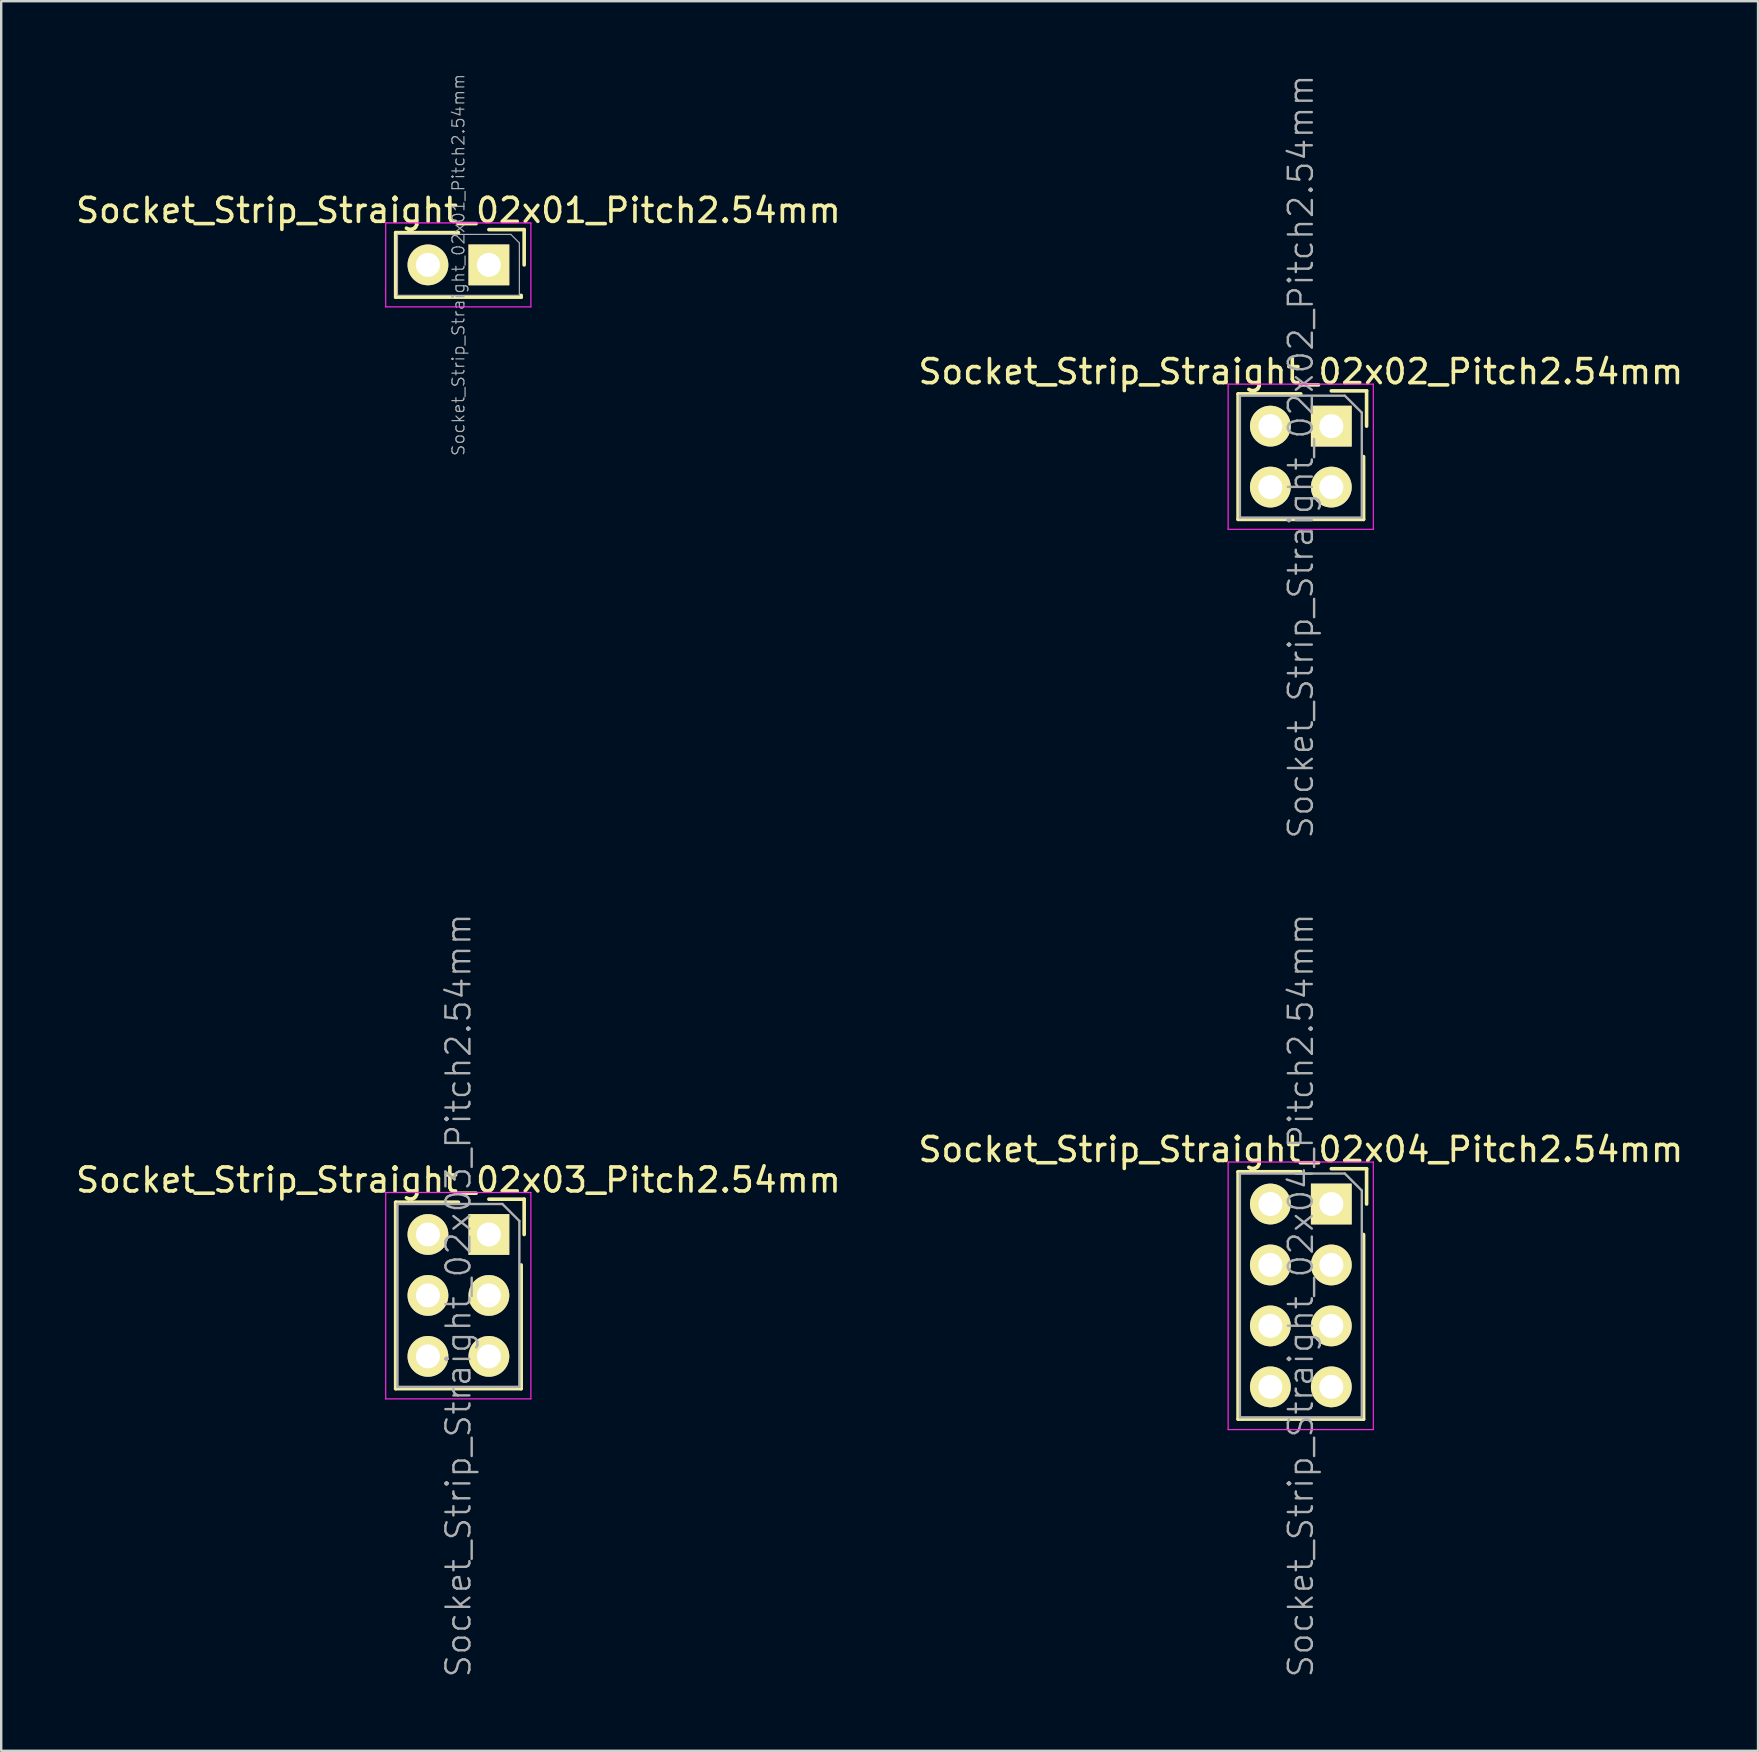
<source format=kicad_pcb>
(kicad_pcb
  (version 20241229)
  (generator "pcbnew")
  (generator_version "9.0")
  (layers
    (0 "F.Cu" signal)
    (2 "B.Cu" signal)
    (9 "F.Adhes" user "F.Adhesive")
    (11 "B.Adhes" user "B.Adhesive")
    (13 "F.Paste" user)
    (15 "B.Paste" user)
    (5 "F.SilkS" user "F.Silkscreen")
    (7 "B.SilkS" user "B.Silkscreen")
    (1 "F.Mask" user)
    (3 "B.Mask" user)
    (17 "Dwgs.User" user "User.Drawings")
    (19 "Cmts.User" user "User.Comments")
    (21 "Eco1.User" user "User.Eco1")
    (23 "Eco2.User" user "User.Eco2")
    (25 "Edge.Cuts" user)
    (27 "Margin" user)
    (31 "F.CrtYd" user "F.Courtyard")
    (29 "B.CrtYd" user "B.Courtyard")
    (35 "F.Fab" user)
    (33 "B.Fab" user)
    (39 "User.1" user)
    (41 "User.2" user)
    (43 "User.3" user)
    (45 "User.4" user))
  (footprint "Socket_Strip_Straight_02x03_Pitch2.54mm"
    (layer "F.Cu")
    (at 17.324 48.396)
    (property "Reference" "Socket_Strip_Straight_02x03_Pitch2.54mm" (at -1.27 -2.27 0) (layer "F.SilkS") (effects (font (size 1 1) (thickness 0.15))))
    (attr smd)
    (fp_line (start -3.885 -1.345) (end -3.885 6.425) (stroke (width 0.15) (type solid)) (layer "F.SilkS"))
    (fp_line (start -1.27 -1.345) (end -3.885 -1.345) (stroke (width 0.15) (type solid)) (layer "F.SilkS"))
    (fp_line (start 1.345 1.27) (end 1.345 6.425) (stroke (width 0.15) (type solid)) (layer "F.SilkS"))
    (fp_line (start 1.345 6.425) (end -3.885 6.425) (stroke (width 0.15) (type solid)) (layer "F.SilkS"))
    (fp_line (start 1.47 -1.47) (end 0 -1.47) (stroke (width 0.15) (type solid)) (layer "F.SilkS"))
    (fp_line (start 1.47 -1.47) (end 1.47 0) (stroke (width 0.15) (type solid)) (layer "F.SilkS"))
    (fp_line (start -4.3 -1.75) (end -4.3 6.85) (stroke (width 0.05) (type solid)) (layer "F.CrtYd"))
    (fp_line (start 1.75 -1.75) (end -4.3 -1.75) (stroke (width 0.05) (type solid)) (layer "F.CrtYd"))
    (fp_line (start 1.75 -1.75) (end 1.75 6.85) (stroke (width 0.05) (type solid)) (layer "F.CrtYd"))
    (fp_line (start 1.75 6.85) (end -4.3 6.85) (stroke (width 0.05) (type solid)) (layer "F.CrtYd"))
    (fp_line (start -3.81 -1.27) (end 0.563 -1.27) (stroke (width 0.1) (type solid)) (layer "F.Fab"))
    (fp_line (start -3.81 6.35) (end -3.81 -1.27) (stroke (width 0.1) (type solid)) (layer "F.Fab"))
    (fp_line (start -3.81 6.35) (end 1.27 6.35) (stroke (width 0.1) (type solid)) (layer "F.Fab"))
    (fp_line (start 1.27 -0.563) (end 0.563 -1.27) (stroke (width 0.1) (type solid)) (layer "F.Fab"))
    (fp_line (start 1.27 6.35) (end 1.27 -0.563) (stroke (width 0.1) (type solid)) (layer "F.Fab"))
    (fp_text user "${REFERENCE}" (at -1.27 2.54 90) (layer "F.Fab") (effects (font (size 1 1) (thickness 0.1))))
    (pad "1" thru_hole rect (at 0 0) (size 1.7 1.7) (drill 1) (layers "*.Cu" "*.Mask" "F.SilkS"))
    (pad "2" thru_hole oval (at -2.54 0) (size 1.7 1.7) (drill 1) (layers "*.Cu" "*.Mask" "F.SilkS"))
    (pad "3" thru_hole oval (at 0 2.54) (size 1.7 1.7) (drill 1) (layers "*.Cu" "*.Mask" "F.SilkS"))
    (pad "4" thru_hole oval (at -2.54 2.54) (size 1.7 1.7) (drill 1) (layers "*.Cu" "*.Mask" "F.SilkS"))
    (pad "5" thru_hole oval (at 0 5.08) (size 1.7 1.7) (drill 1) (layers "*.Cu" "*.Mask" "F.SilkS"))
    (pad "6" thru_hole oval (at -2.54 5.08) (size 1.7 1.7) (drill 1) (layers "*.Cu" "*.Mask" "F.SilkS")))
  (footprint "Socket_Strip_Straight_02x02_Pitch2.54mm"
    (layer "F.Cu")
    (at 52.431 14.709)
    (property "Reference" "Socket_Strip_Straight_02x02_Pitch2.54mm" (at -1.27 -2.27 0) (layer "F.SilkS") (effects (font (size 1 1) (thickness 0.15))))
    (attr smd)
    (fp_line (start -3.885 -1.345) (end -3.885 3.885) (stroke (width 0.15) (type solid)) (layer "F.SilkS"))
    (fp_line (start -1.27 -1.345) (end -3.885 -1.345) (stroke (width 0.15) (type solid)) (layer "F.SilkS"))
    (fp_line (start 1.345 1.27) (end 1.345 3.885) (stroke (width 0.15) (type solid)) (layer "F.SilkS"))
    (fp_line (start 1.345 3.885) (end -3.885 3.885) (stroke (width 0.15) (type solid)) (layer "F.SilkS"))
    (fp_line (start 1.47 -1.47) (end 0 -1.47) (stroke (width 0.15) (type solid)) (layer "F.SilkS"))
    (fp_line (start 1.47 -1.47) (end 1.47 0) (stroke (width 0.15) (type solid)) (layer "F.SilkS"))
    (fp_line (start -4.3 -1.75) (end -4.3 4.3) (stroke (width 0.05) (type solid)) (layer "F.CrtYd"))
    (fp_line (start 1.75 -1.75) (end -4.3 -1.75) (stroke (width 0.05) (type solid)) (layer "F.CrtYd"))
    (fp_line (start 1.75 -1.75) (end 1.75 4.3) (stroke (width 0.05) (type solid)) (layer "F.CrtYd"))
    (fp_line (start 1.75 4.3) (end -4.3 4.3) (stroke (width 0.05) (type solid)) (layer "F.CrtYd"))
    (fp_line (start -3.81 -1.27) (end 0.563 -1.27) (stroke (width 0.1) (type solid)) (layer "F.Fab"))
    (fp_line (start -3.81 3.81) (end -3.81 -1.27) (stroke (width 0.1) (type solid)) (layer "F.Fab"))
    (fp_line (start -3.81 3.81) (end 1.27 3.81) (stroke (width 0.1) (type solid)) (layer "F.Fab"))
    (fp_line (start 1.27 -0.563) (end 0.563 -1.27) (stroke (width 0.1) (type solid)) (layer "F.Fab"))
    (fp_line (start 1.27 3.81) (end 1.27 -0.563) (stroke (width 0.1) (type solid)) (layer "F.Fab"))
    (fp_text user "${REFERENCE}" (at -1.27 1.27 90) (layer "F.Fab") (effects (font (size 1 1) (thickness 0.1))))
    (pad "1" thru_hole rect (at 0 0) (size 1.7 1.7) (drill 1) (layers "*.Cu" "*.Mask" "F.SilkS"))
    (pad "2" thru_hole oval (at -2.54 0) (size 1.7 1.7) (drill 1) (layers "*.Cu" "*.Mask" "F.SilkS"))
    (pad "3" thru_hole oval (at 0 2.54) (size 1.7 1.7) (drill 1) (layers "*.Cu" "*.Mask" "F.SilkS"))
    (pad "4" thru_hole oval (at -2.54 2.54) (size 1.7 1.7) (drill 1) (layers "*.Cu" "*.Mask" "F.SilkS")))
  (footprint "Socket_Strip_Straight_02x01_Pitch2.54mm"
    (layer "F.Cu")
    (at 17.324 7.989)
    (property "Reference" "Socket_Strip_Straight_02x01_Pitch2.54mm" (at -1.27 -2.27 0) (layer "F.SilkS") (effects (font (size 1 1) (thickness 0.15))))
    (attr smd)
    (fp_line (start -3.885 -1.345) (end -3.885 1.345) (stroke (width 0.15) (type solid)) (layer "F.SilkS"))
    (fp_line (start -1.27 -1.345) (end -3.885 -1.345) (stroke (width 0.15) (type solid)) (layer "F.SilkS"))
    (fp_line (start 1.345 1.27) (end 1.345 1.345) (stroke (width 0.15) (type solid)) (layer "F.SilkS"))
    (fp_line (start 1.345 1.345) (end -3.885 1.345) (stroke (width 0.15) (type solid)) (layer "F.SilkS"))
    (fp_line (start 1.47 -1.47) (end 0 -1.47) (stroke (width 0.15) (type solid)) (layer "F.SilkS"))
    (fp_line (start 1.47 -1.47) (end 1.47 0) (stroke (width 0.15) (type solid)) (layer "F.SilkS"))
    (fp_line (start -4.3 -1.75) (end -4.3 1.75) (stroke (width 0.05) (type solid)) (layer "F.CrtYd"))
    (fp_line (start 1.75 -1.75) (end -4.3 -1.75) (stroke (width 0.05) (type solid)) (layer "F.CrtYd"))
    (fp_line (start 1.75 -1.75) (end 1.75 1.75) (stroke (width 0.05) (type solid)) (layer "F.CrtYd"))
    (fp_line (start 1.75 1.75) (end -4.3 1.75) (stroke (width 0.05) (type solid)) (layer "F.CrtYd"))
    (fp_line (start -3.81 -1.27) (end 0.916 -1.27) (stroke (width 0.05) (type solid)) (layer "F.Fab"))
    (fp_line (start -3.81 1.27) (end -3.81 -1.27) (stroke (width 0.05) (type solid)) (layer "F.Fab"))
    (fp_line (start -3.81 1.27) (end 1.27 1.27) (stroke (width 0.05) (type solid)) (layer "F.Fab"))
    (fp_line (start 1.27 -0.916) (end 0.916 -1.27) (stroke (width 0.05) (type solid)) (layer "F.Fab"))
    (fp_line (start 1.27 1.27) (end 1.27 -0.916) (stroke (width 0.05) (type solid)) (layer "F.Fab"))
    (fp_text user "${REFERENCE}" (at -1.27 0 90) (layer "F.Fab") (effects (font (size 0.5 0.5) (thickness 0.05))))
    (pad "1" thru_hole rect (at 0 0) (size 1.7 1.7) (drill 1) (layers "*.Cu" "*.Mask" "F.SilkS"))
    (pad "2" thru_hole oval (at -2.54 0) (size 1.7 1.7) (drill 1) (layers "*.Cu" "*.Mask" "F.SilkS")))
  (footprint "Socket_Strip_Straight_02x04_Pitch2.54mm"
    (layer "F.Cu")
    (at 52.431 47.126)
    (property "Reference" "Socket_Strip_Straight_02x04_Pitch2.54mm" (at -1.27 -2.27 0) (layer "F.SilkS") (effects (font (size 1 1) (thickness 0.15))))
    (attr smd)
    (fp_line (start -3.885 -1.345) (end -3.885 8.965) (stroke (width 0.15) (type solid)) (layer "F.SilkS"))
    (fp_line (start -1.27 -1.345) (end -3.885 -1.345) (stroke (width 0.15) (type solid)) (layer "F.SilkS"))
    (fp_line (start 1.345 1.27) (end 1.345 8.965) (stroke (width 0.15) (type solid)) (layer "F.SilkS"))
    (fp_line (start 1.345 8.965) (end -3.885 8.965) (stroke (width 0.15) (type solid)) (layer "F.SilkS"))
    (fp_line (start 1.47 -1.47) (end 0 -1.47) (stroke (width 0.15) (type solid)) (layer "F.SilkS"))
    (fp_line (start 1.47 -1.47) (end 1.47 0) (stroke (width 0.15) (type solid)) (layer "F.SilkS"))
    (fp_line (start -4.3 -1.75) (end -4.3 9.4) (stroke (width 0.05) (type solid)) (layer "F.CrtYd"))
    (fp_line (start 1.75 -1.75) (end -4.3 -1.75) (stroke (width 0.05) (type solid)) (layer "F.CrtYd"))
    (fp_line (start 1.75 -1.75) (end 1.75 9.4) (stroke (width 0.05) (type solid)) (layer "F.CrtYd"))
    (fp_line (start 1.75 9.4) (end -4.3 9.4) (stroke (width 0.05) (type solid)) (layer "F.CrtYd"))
    (fp_line (start -3.81 -1.27) (end 0.563 -1.27) (stroke (width 0.1) (type solid)) (layer "F.Fab"))
    (fp_line (start -3.81 8.89) (end -3.81 -1.27) (stroke (width 0.1) (type solid)) (layer "F.Fab"))
    (fp_line (start -3.81 8.89) (end 1.27 8.89) (stroke (width 0.1) (type solid)) (layer "F.Fab"))
    (fp_line (start 1.27 -0.563) (end 0.563 -1.27) (stroke (width 0.1) (type solid)) (layer "F.Fab"))
    (fp_line (start 1.27 8.89) (end 1.27 -0.563) (stroke (width 0.1) (type solid)) (layer "F.Fab"))
    (fp_text user "${REFERENCE}" (at -1.27 3.81 90) (layer "F.Fab") (effects (font (size 1 1) (thickness 0.1))))
    (pad "1" thru_hole rect (at 0 0) (size 1.7 1.7) (drill 1) (layers "*.Cu" "*.Mask" "F.SilkS"))
    (pad "2" thru_hole oval (at -2.54 0) (size 1.7 1.7) (drill 1) (layers "*.Cu" "*.Mask" "F.SilkS"))
    (pad "3" thru_hole oval (at 0 2.54) (size 1.7 1.7) (drill 1) (layers "*.Cu" "*.Mask" "F.SilkS"))
    (pad "4" thru_hole oval (at -2.54 2.54) (size 1.7 1.7) (drill 1) (layers "*.Cu" "*.Mask" "F.SilkS"))
    (pad "5" thru_hole oval (at 0 5.08) (size 1.7 1.7) (drill 1) (layers "*.Cu" "*.Mask" "F.SilkS"))
    (pad "6" thru_hole oval (at -2.54 5.08) (size 1.7 1.7) (drill 1) (layers "*.Cu" "*.Mask" "F.SilkS"))
    (pad "7" thru_hole oval (at 0 7.62) (size 1.7 1.7) (drill 1) (layers "*.Cu" "*.Mask" "F.SilkS"))
    (pad "8" thru_hole oval (at -2.54 7.62) (size 1.7 1.7) (drill 1) (layers "*.Cu" "*.Mask" "F.SilkS")))
  (gr_rect
    (start -3 -3)
    (end 70.214 69.914)
    (stroke (width 0.1) (type default))
    (fill no)
    (layer "Edge.Cuts")))
</source>
